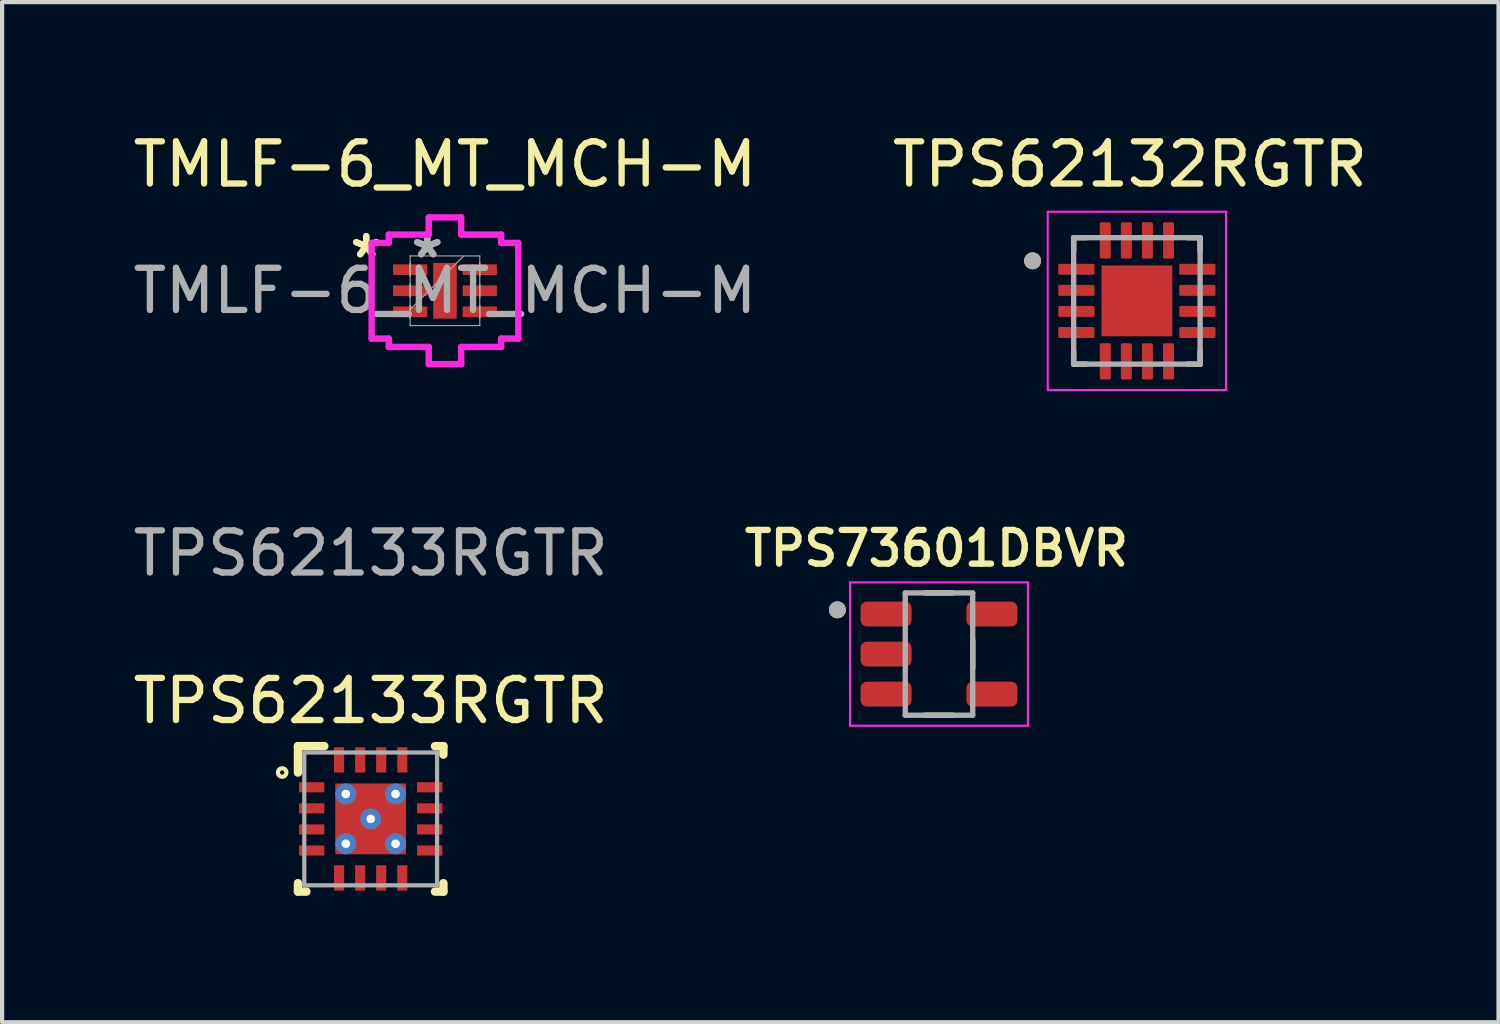
<source format=kicad_pcb>
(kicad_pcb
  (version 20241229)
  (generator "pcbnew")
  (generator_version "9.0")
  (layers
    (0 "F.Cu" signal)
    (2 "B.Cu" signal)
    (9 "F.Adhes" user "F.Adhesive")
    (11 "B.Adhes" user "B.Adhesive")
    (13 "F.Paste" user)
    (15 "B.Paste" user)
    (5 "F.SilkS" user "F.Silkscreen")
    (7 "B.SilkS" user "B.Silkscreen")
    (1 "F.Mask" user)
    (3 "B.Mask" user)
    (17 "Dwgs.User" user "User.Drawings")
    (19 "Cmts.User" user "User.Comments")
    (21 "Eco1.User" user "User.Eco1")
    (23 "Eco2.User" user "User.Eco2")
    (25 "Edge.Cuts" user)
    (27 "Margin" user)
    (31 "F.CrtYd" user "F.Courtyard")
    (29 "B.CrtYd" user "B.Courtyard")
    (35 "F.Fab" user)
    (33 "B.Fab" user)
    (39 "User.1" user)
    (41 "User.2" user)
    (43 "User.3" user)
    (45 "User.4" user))
  (footprint "TPS62132RGTR"
    (layer "F.Cu")
    (at 23.921 4.088)
    (property "Reference" "TPS62132RGTR" (at -0.165 -3.24 0) (layer "F.SilkS") (effects (font (size 1 1) (thickness 0.15))))
    (attr smd)
    (fp_line (start -1.5 -1.5) (end -1.5 -1.2) (stroke (width 0.127) (type solid)) (layer "F.SilkS"))
    (fp_line (start -1.5 -1.5) (end -1.2 -1.5) (stroke (width 0.127) (type solid)) (layer "F.SilkS"))
    (fp_line (start -1.5 1.5) (end -1.5 1.2) (stroke (width 0.127) (type solid)) (layer "F.SilkS"))
    (fp_line (start -1.5 1.5) (end -1.2 1.5) (stroke (width 0.127) (type solid)) (layer "F.SilkS"))
    (fp_line (start 1.5 -1.5) (end 1.2 -1.5) (stroke (width 0.127) (type solid)) (layer "F.SilkS"))
    (fp_line (start 1.5 -1.5) (end 1.5 -1.2) (stroke (width 0.127) (type solid)) (layer "F.SilkS"))
    (fp_line (start 1.5 1.5) (end 1.2 1.5) (stroke (width 0.127) (type solid)) (layer "F.SilkS"))
    (fp_line (start 1.5 1.5) (end 1.5 1.2) (stroke (width 0.127) (type solid)) (layer "F.SilkS"))
    (fp_circle (center -2.475 -0.95) (end -2.375 -0.95) (stroke (width 0.2) (type solid)) (fill no) (layer "F.SilkS"))
    (fp_poly (pts (xy -0.53 -0.53) (xy 0.53 -0.53) (xy 0.53 0.53) (xy -0.53 0.53)) (stroke (width 0.01) (type solid)) (fill yes) (layer "F.Paste"))
    (fp_line (start -2.115 -2.115) (end 2.115 -2.115) (stroke (width 0.05) (type solid)) (layer "F.CrtYd"))
    (fp_line (start -2.115 2.115) (end -2.115 -2.115) (stroke (width 0.05) (type solid)) (layer "F.CrtYd"))
    (fp_line (start -2.115 2.115) (end 2.115 2.115) (stroke (width 0.05) (type solid)) (layer "F.CrtYd"))
    (fp_line (start 2.115 2.115) (end 2.115 -2.115) (stroke (width 0.05) (type solid)) (layer "F.CrtYd"))
    (fp_line (start -1.5 1.5) (end -1.5 -1.5) (stroke (width 0.127) (type solid)) (layer "F.Fab"))
    (fp_line (start 1.5 -1.5) (end -1.5 -1.5) (stroke (width 0.127) (type solid)) (layer "F.Fab"))
    (fp_line (start 1.5 1.5) (end -1.5 1.5) (stroke (width 0.127) (type solid)) (layer "F.Fab"))
    (fp_line (start 1.5 1.5) (end 1.5 -1.5) (stroke (width 0.127) (type solid)) (layer "F.Fab"))
    (fp_circle (center -2.475 -0.95) (end -2.375 -0.95) (stroke (width 0.2) (type solid)) (fill no) (layer "F.Fab"))
    (pad "1" smd roundrect (at -1.435 -0.75) (size 0.86 0.26) (layers "F.Cu" "F.Mask" "F.Paste") (roundrect_rratio 0.125))
    (pad "2" smd roundrect (at -1.435 -0.25) (size 0.86 0.26) (layers "F.Cu" "F.Mask" "F.Paste") (roundrect_rratio 0.125))
    (pad "3" smd roundrect (at -1.435 0.25) (size 0.86 0.26) (layers "F.Cu" "F.Mask" "F.Paste") (roundrect_rratio 0.125))
    (pad "4" smd roundrect (at -1.435 0.75) (size 0.86 0.26) (layers "F.Cu" "F.Mask" "F.Paste") (roundrect_rratio 0.125))
    (pad "5" smd roundrect (at -0.75 1.435) (size 0.26 0.86) (layers "F.Cu" "F.Mask" "F.Paste") (roundrect_rratio 0.125))
    (pad "6" smd roundrect (at -0.25 1.435) (size 0.26 0.86) (layers "F.Cu" "F.Mask" "F.Paste") (roundrect_rratio 0.125))
    (pad "7" smd roundrect (at 0.25 1.435) (size 0.26 0.86) (layers "F.Cu" "F.Mask" "F.Paste") (roundrect_rratio 0.125))
    (pad "8" smd roundrect (at 0.75 1.435) (size 0.26 0.86) (layers "F.Cu" "F.Mask" "F.Paste") (roundrect_rratio 0.125))
    (pad "9" smd roundrect (at 1.435 0.75) (size 0.86 0.26) (layers "F.Cu" "F.Mask" "F.Paste") (roundrect_rratio 0.125))
    (pad "10" smd roundrect (at 1.435 0.25) (size 0.86 0.26) (layers "F.Cu" "F.Mask" "F.Paste") (roundrect_rratio 0.125))
    (pad "11" smd roundrect (at 1.435 -0.25) (size 0.86 0.26) (layers "F.Cu" "F.Mask" "F.Paste") (roundrect_rratio 0.125))
    (pad "12" smd roundrect (at 1.435 -0.75) (size 0.86 0.26) (layers "F.Cu" "F.Mask" "F.Paste") (roundrect_rratio 0.125))
    (pad "13" smd roundrect (at 0.75 -1.435) (size 0.26 0.86) (layers "F.Cu" "F.Mask" "F.Paste") (roundrect_rratio 0.125))
    (pad "14" smd roundrect (at 0.25 -1.435) (size 0.26 0.86) (layers "F.Cu" "F.Mask" "F.Paste") (roundrect_rratio 0.125))
    (pad "15" smd roundrect (at -0.25 -1.435) (size 0.26 0.86) (layers "F.Cu" "F.Mask" "F.Paste") (roundrect_rratio 0.125))
    (pad "16" smd roundrect (at -0.75 -1.435) (size 0.26 0.86) (layers "F.Cu" "F.Mask" "F.Paste") (roundrect_rratio 0.125))
    (pad "17" smd rect (at 0 0) (size 1.68 1.68) (layers "F.Cu" "F.Mask")))
  (footprint "TMLF-6_MT_MCH-M"
    (layer "F.Cu")
    (at 7.506 3.848)
    (property "Reference" "TMLF-6_MT_MCH-M" (at 0 -3 0) (unlocked yes) (layer "F.SilkS") (effects (font (size 1 1) (thickness 0.15))))
    (attr smd)
    (fp_line (start -1.74 -1.135) (end -1.333 -1.135) (stroke (width 0.152) (type solid)) (layer "F.CrtYd"))
    (fp_line (start -1.74 1.135) (end -1.74 -1.135) (stroke (width 0.152) (type solid)) (layer "F.CrtYd"))
    (fp_line (start -1.333 -1.333) (end -0.385 -1.333) (stroke (width 0.152) (type solid)) (layer "F.CrtYd"))
    (fp_line (start -1.333 -1.135) (end -1.333 -1.333) (stroke (width 0.152) (type solid)) (layer "F.CrtYd"))
    (fp_line (start -1.333 1.135) (end -1.74 1.135) (stroke (width 0.152) (type solid)) (layer "F.CrtYd"))
    (fp_line (start -1.333 1.333) (end -1.333 1.135) (stroke (width 0.152) (type solid)) (layer "F.CrtYd"))
    (fp_line (start -0.385 -1.74) (end 0.385 -1.74) (stroke (width 0.152) (type solid)) (layer "F.CrtYd"))
    (fp_line (start -0.385 -1.333) (end -0.385 -1.74) (stroke (width 0.152) (type solid)) (layer "F.CrtYd"))
    (fp_line (start -0.385 1.333) (end -1.333 1.333) (stroke (width 0.152) (type solid)) (layer "F.CrtYd"))
    (fp_line (start -0.385 1.74) (end -0.385 1.333) (stroke (width 0.152) (type solid)) (layer "F.CrtYd"))
    (fp_line (start 0.385 -1.74) (end 0.385 -1.333) (stroke (width 0.152) (type solid)) (layer "F.CrtYd"))
    (fp_line (start 0.385 -1.333) (end 1.333 -1.333) (stroke (width 0.152) (type solid)) (layer "F.CrtYd"))
    (fp_line (start 0.385 1.333) (end 0.385 1.74) (stroke (width 0.152) (type solid)) (layer "F.CrtYd"))
    (fp_line (start 0.385 1.74) (end -0.385 1.74) (stroke (width 0.152) (type solid)) (layer "F.CrtYd"))
    (fp_line (start 1.333 -1.333) (end 1.333 -1.135) (stroke (width 0.152) (type solid)) (layer "F.CrtYd"))
    (fp_line (start 1.333 -1.135) (end 1.74 -1.135) (stroke (width 0.152) (type solid)) (layer "F.CrtYd"))
    (fp_line (start 1.333 1.135) (end 1.333 1.333) (stroke (width 0.152) (type solid)) (layer "F.CrtYd"))
    (fp_line (start 1.333 1.333) (end 0.385 1.333) (stroke (width 0.152) (type solid)) (layer "F.CrtYd"))
    (fp_line (start 1.74 -1.135) (end 1.74 1.135) (stroke (width 0.152) (type solid)) (layer "F.CrtYd"))
    (fp_line (start 1.74 1.135) (end 1.333 1.135) (stroke (width 0.152) (type solid)) (layer "F.CrtYd"))
    (fp_line (start -0.826 -0.826) (end -0.826 -0.826) (stroke (width 0.025) (type solid)) (layer "F.Fab"))
    (fp_line (start -0.826 -0.826) (end -0.826 0.826) (stroke (width 0.025) (type solid)) (layer "F.Fab"))
    (fp_line (start -0.826 -0.652) (end -0.826 -0.652) (stroke (width 0.025) (type solid)) (layer "F.Fab"))
    (fp_line (start -0.826 -0.652) (end -0.826 -0.348) (stroke (width 0.025) (type solid)) (layer "F.Fab"))
    (fp_line (start -0.826 -0.348) (end -0.826 -0.652) (stroke (width 0.025) (type solid)) (layer "F.Fab"))
    (fp_line (start -0.826 -0.348) (end -0.826 -0.348) (stroke (width 0.025) (type solid)) (layer "F.Fab"))
    (fp_line (start -0.826 -0.152) (end -0.826 -0.152) (stroke (width 0.025) (type solid)) (layer "F.Fab"))
    (fp_line (start -0.826 -0.152) (end -0.826 0.152) (stroke (width 0.025) (type solid)) (layer "F.Fab"))
    (fp_line (start -0.826 0.152) (end -0.826 -0.152) (stroke (width 0.025) (type solid)) (layer "F.Fab"))
    (fp_line (start -0.826 0.152) (end -0.826 0.152) (stroke (width 0.025) (type solid)) (layer "F.Fab"))
    (fp_line (start -0.826 0.348) (end -0.826 0.348) (stroke (width 0.025) (type solid)) (layer "F.Fab"))
    (fp_line (start -0.826 0.348) (end -0.826 0.652) (stroke (width 0.025) (type solid)) (layer "F.Fab"))
    (fp_line (start -0.826 0.445) (end 0.445 -0.826) (stroke (width 0.025) (type solid)) (layer "F.Fab"))
    (fp_line (start -0.826 0.652) (end -0.826 0.348) (stroke (width 0.025) (type solid)) (layer "F.Fab"))
    (fp_line (start -0.826 0.652) (end -0.826 0.652) (stroke (width 0.025) (type solid)) (layer "F.Fab"))
    (fp_line (start -0.826 0.826) (end -0.826 0.826) (stroke (width 0.025) (type solid)) (layer "F.Fab"))
    (fp_line (start -0.826 0.826) (end 0.826 0.826) (stroke (width 0.025) (type solid)) (layer "F.Fab"))
    (fp_line (start 0.826 -0.826) (end -0.826 -0.826) (stroke (width 0.025) (type solid)) (layer "F.Fab"))
    (fp_line (start 0.826 -0.826) (end 0.826 -0.826) (stroke (width 0.025) (type solid)) (layer "F.Fab"))
    (fp_line (start 0.826 -0.652) (end 0.826 -0.652) (stroke (width 0.025) (type solid)) (layer "F.Fab"))
    (fp_line (start 0.826 -0.652) (end 0.826 -0.348) (stroke (width 0.025) (type solid)) (layer "F.Fab"))
    (fp_line (start 0.826 -0.348) (end 0.826 -0.652) (stroke (width 0.025) (type solid)) (layer "F.Fab"))
    (fp_line (start 0.826 -0.348) (end 0.826 -0.348) (stroke (width 0.025) (type solid)) (layer "F.Fab"))
    (fp_line (start 0.826 -0.152) (end 0.826 -0.152) (stroke (width 0.025) (type solid)) (layer "F.Fab"))
    (fp_line (start 0.826 -0.152) (end 0.826 0.152) (stroke (width 0.025) (type solid)) (layer "F.Fab"))
    (fp_line (start 0.826 0.152) (end 0.826 -0.152) (stroke (width 0.025) (type solid)) (layer "F.Fab"))
    (fp_line (start 0.826 0.152) (end 0.826 0.152) (stroke (width 0.025) (type solid)) (layer "F.Fab"))
    (fp_line (start 0.826 0.348) (end 0.826 0.348) (stroke (width 0.025) (type solid)) (layer "F.Fab"))
    (fp_line (start 0.826 0.348) (end 0.826 0.652) (stroke (width 0.025) (type solid)) (layer "F.Fab"))
    (fp_line (start 0.826 0.652) (end 0.826 0.348) (stroke (width 0.025) (type solid)) (layer "F.Fab"))
    (fp_line (start 0.826 0.652) (end 0.826 0.652) (stroke (width 0.025) (type solid)) (layer "F.Fab"))
    (fp_line (start 0.826 0.826) (end 0.826 -0.826) (stroke (width 0.025) (type solid)) (layer "F.Fab"))
    (fp_line (start 0.826 0.826) (end 0.826 0.826) (stroke (width 0.025) (type solid)) (layer "F.Fab"))
    (fp_text user "*" (at -1.867 -0.75 0) (unlocked yes) (layer "F.SilkS") (effects (font (size 1 1) (thickness 0.15))))
    (fp_text user "*" (at -1.867 -0.75 0) (layer "F.SilkS") (effects (font (size 1 1) (thickness 0.15))))
    (fp_text user "*" (at -0.419 -0.75 0) (unlocked yes) (layer "F.Fab") (effects (font (size 1 1) (thickness 0.15))))
    (fp_text user "${REFERENCE}" (at 0 0 0) (unlocked yes) (layer "F.Fab") (effects (font (size 1 1) (thickness 0.15))))
    (fp_text user "*" (at -0.419 -0.75 0) (layer "F.Fab") (effects (font (size 1 1) (thickness 0.15))))
    (pad "1" smd rect (at -0.826 -0.5 90) (size 0.254 0.813) (layers "F.Cu" "F.Mask" "F.Paste"))
    (pad "2" smd rect (at -0.826 0 90) (size 0.254 0.813) (layers "F.Cu" "F.Mask" "F.Paste"))
    (pad "3" smd rect (at -0.826 0.5 90) (size 0.254 0.813) (layers "F.Cu" "F.Mask" "F.Paste"))
    (pad "4" smd rect (at 0.826 0.5 90) (size 0.254 0.813) (layers "F.Cu" "F.Mask" "F.Paste"))
    (pad "5" smd rect (at 0.826 0 90) (size 0.254 0.813) (layers "F.Cu" "F.Mask" "F.Paste"))
    (pad "6" smd rect (at 0.826 -0.5 90) (size 0.254 0.813) (layers "F.Cu" "F.Mask" "F.Paste"))
    (pad "7" smd rect (at 0 0) (size 0.559 1.321) (layers "F.Cu" "F.Mask" "F.Paste")))
  (footprint "TPS62133RGTR"
    (layer "F.Cu")
    (at 5.744 16.377)
    (property "Reference" "TPS62133RGTR" (at 0 -2.8 0) (unlocked yes) (layer "F.SilkS") (effects (font (size 1 1) (thickness 0.15))))
    (attr smd)
    (fp_line (start -1.725 -1.725) (end -1.1 -1.725) (stroke (width 0.2) (type solid)) (layer "F.SilkS"))
    (fp_line (start -1.725 -1.1) (end -1.725 -1.725) (stroke (width 0.2) (type solid)) (layer "F.SilkS"))
    (fp_line (start -1.725 1.725) (end -1.725 1.525) (stroke (width 0.2) (type solid)) (layer "F.SilkS"))
    (fp_line (start -1.725 1.725) (end -1.525 1.725) (stroke (width 0.2) (type solid)) (layer "F.SilkS"))
    (fp_line (start 1.525 -1.725) (end 1.725 -1.725) (stroke (width 0.2) (type solid)) (layer "F.SilkS"))
    (fp_line (start 1.525 1.725) (end 1.725 1.725) (stroke (width 0.2) (type solid)) (layer "F.SilkS"))
    (fp_line (start 1.725 -1.525) (end 1.725 -1.725) (stroke (width 0.2) (type solid)) (layer "F.SilkS"))
    (fp_line (start 1.725 1.725) (end 1.725 1.525) (stroke (width 0.2) (type solid)) (layer "F.SilkS"))
    (fp_circle (center -2.1 -1.1) (end -2 -1.1) (stroke (width 0.1) (type solid)) (fill no) (layer "F.SilkS"))
    (fp_poly (pts (xy -0.775 0.728) (xy -0.775 -0.729) (xy -0.774 -0.738) (xy -0.771 -0.746) (xy -0.767 -0.754) (xy -0.761 -0.761) (xy -0.754 -0.767) (xy -0.746 -0.771) (xy -0.738 -0.774) (xy -0.728 -0.775) (xy 0.729 -0.775) (xy 0.738 -0.774) (xy 0.746 -0.771) (xy 0.754 -0.767) (xy 0.761 -0.761) (xy 0.767 -0.754) (xy 0.771 -0.746) (xy 0.774 -0.738) (xy 0.775 -0.729) (xy 0.775 0.728) (xy 0.774 0.738) (xy 0.771 0.746) (xy 0.767 0.754) (xy 0.761 0.761) (xy 0.754 0.767) (xy 0.746 0.771) (xy 0.738 0.774) (xy 0.729 0.775) (xy -0.728 0.775) (xy -0.738 0.774) (xy -0.746 0.771) (xy -0.754 0.767) (xy -0.761 0.761) (xy -0.767 0.754) (xy -0.771 0.746) (xy -0.774 0.738)) (stroke (width 0) (type solid)) (fill yes) (layer "F.Paste"))
    (fp_line (start -1.575 -1.575) (end 1.575 -1.575) (stroke (width 0.1) (type solid)) (layer "F.Fab"))
    (fp_line (start -1.575 1.575) (end -1.575 -1.575) (stroke (width 0.1) (type solid)) (layer "F.Fab"))
    (fp_line (start -1.575 1.575) (end 1.575 1.575) (stroke (width 0.1) (type solid)) (layer "F.Fab"))
    (fp_line (start 1.575 1.575) (end 1.575 -1.575) (stroke (width 0.1) (type solid)) (layer "F.Fab"))
    (fp_text user "${REFERENCE}" (at 0 -6.3 0) (unlocked yes) (layer "F.Fab") (effects (font (size 1 1) (thickness 0.15))))
    (pad "1" smd rect (at -1.4 -0.75 90) (size 0.24 0.6) (layers "F.Cu" "F.Mask" "F.Paste"))
    (pad "2" smd rect (at -1.4 -0.25 90) (size 0.24 0.6) (layers "F.Cu" "F.Mask" "F.Paste"))
    (pad "3" smd rect (at -1.4 0.25 90) (size 0.24 0.6) (layers "F.Cu" "F.Mask" "F.Paste"))
    (pad "4" smd rect (at -1.4 0.75 90) (size 0.24 0.6) (layers "F.Cu" "F.Mask" "F.Paste"))
    (pad "5" smd rect (at -0.75 1.4) (size 0.24 0.6) (layers "F.Cu" "F.Mask" "F.Paste"))
    (pad "6" smd rect (at -0.25 1.4) (size 0.24 0.6) (layers "F.Cu" "F.Mask" "F.Paste"))
    (pad "7" smd rect (at 0.25 1.4) (size 0.24 0.6) (layers "F.Cu" "F.Mask" "F.Paste"))
    (pad "8" smd rect (at 0.75 1.4) (size 0.24 0.6) (layers "F.Cu" "F.Mask" "F.Paste"))
    (pad "9" smd rect (at 1.4 0.75 90) (size 0.24 0.6) (layers "F.Cu" "F.Mask" "F.Paste"))
    (pad "10" smd rect (at 1.4 0.25 90) (size 0.24 0.6) (layers "F.Cu" "F.Mask" "F.Paste"))
    (pad "11" smd rect (at 1.4 -0.25 90) (size 0.24 0.6) (layers "F.Cu" "F.Mask" "F.Paste"))
    (pad "12" smd rect (at 1.4 -0.75 90) (size 0.24 0.6) (layers "F.Cu" "F.Mask" "F.Paste"))
    (pad "13" smd rect (at 0.75 -1.4) (size 0.24 0.6) (layers "F.Cu" "F.Mask" "F.Paste"))
    (pad "14" smd rect (at 0.25 -1.4) (size 0.24 0.6) (layers "F.Cu" "F.Mask" "F.Paste"))
    (pad "15" smd rect (at -0.25 -1.4) (size 0.24 0.6) (layers "F.Cu" "F.Mask" "F.Paste"))
    (pad "16" smd rect (at -0.75 -1.4) (size 0.24 0.6) (layers "F.Cu" "F.Mask" "F.Paste"))
    (pad "17" smd rect (at 0.000005 -0.000003) (size 1.68 1.68) (layers "F.Cu" "F.Mask"))
    (pad "18" thru_hole circle (at 0.59 -0.59) (size 0.5 0.5) (drill 0.203) (layers "*.Cu" "*.Mask"))
    (pad "19" thru_hole circle (at 0.59 0.59) (size 0.5 0.5) (drill 0.203) (layers "*.Cu" "*.Mask"))
    (pad "20" thru_hole circle (at -0.59 0.59) (size 0.5 0.5) (drill 0.203) (layers "*.Cu" "*.Mask"))
    (pad "21" thru_hole circle (at -0.59 -0.59) (size 0.5 0.5) (drill 0.203) (layers "*.Cu" "*.Mask"))
    (pad "22" thru_hole circle (at 0.000003 -0.000003) (size 0.5 0.5) (drill 0.203) (layers "*.Cu" "*.Mask")))
  (footprint "TPS73601DBVR"
    (layer "F.Cu")
    (at 19.226 12.467)
    (property "Reference" "TPS73601DBVR" (at -0.06 -2.508 0) (layer "F.SilkS") (effects (font (size 0.8 0.8) (thickness 0.15))))
    (attr smd)
    (fp_line (start -0.33 -1.45) (end 0.33 -1.45) (stroke (width 0.127) (type solid)) (layer "F.SilkS"))
    (fp_line (start 0.33 1.45) (end -0.33 1.45) (stroke (width 0.127) (type solid)) (layer "F.SilkS"))
    (fp_line (start 0.8 -0.335) (end 0.8 0.335) (stroke (width 0.127) (type solid)) (layer "F.SilkS"))
    (fp_circle (center -2.41 -1.05) (end -2.31 -1.05) (stroke (width 0.2) (type solid)) (fill no) (layer "F.SilkS"))
    (fp_line (start -2.11 -1.7) (end 2.11 -1.7) (stroke (width 0.05) (type solid)) (layer "F.CrtYd"))
    (fp_line (start -2.11 1.7) (end -2.11 -1.7) (stroke (width 0.05) (type solid)) (layer "F.CrtYd"))
    (fp_line (start 2.11 -1.7) (end 2.11 1.7) (stroke (width 0.05) (type solid)) (layer "F.CrtYd"))
    (fp_line (start 2.11 1.7) (end -2.11 1.7) (stroke (width 0.05) (type solid)) (layer "F.CrtYd"))
    (fp_line (start -0.8 -1.45) (end 0.8 -1.45) (stroke (width 0.127) (type solid)) (layer "F.Fab"))
    (fp_line (start -0.8 1.45) (end -0.8 -1.45) (stroke (width 0.127) (type solid)) (layer "F.Fab"))
    (fp_line (start 0.8 -1.45) (end 0.8 1.45) (stroke (width 0.127) (type solid)) (layer "F.Fab"))
    (fp_line (start 0.8 1.45) (end -0.8 1.45) (stroke (width 0.127) (type solid)) (layer "F.Fab"))
    (fp_circle (center -2.41 -1.05) (end -2.31 -1.05) (stroke (width 0.2) (type solid)) (fill no) (layer "F.Fab"))
    (pad "1" smd roundrect (at -1.255 -0.95) (size 1.21 0.59) (layers "F.Cu" "F.Mask" "F.Paste") (roundrect_rratio 0.25))
    (pad "2" smd roundrect (at -1.255 0) (size 1.21 0.59) (layers "F.Cu" "F.Mask" "F.Paste") (roundrect_rratio 0.25))
    (pad "3" smd roundrect (at -1.255 0.95) (size 1.21 0.59) (layers "F.Cu" "F.Mask" "F.Paste") (roundrect_rratio 0.25))
    (pad "4" smd roundrect (at 1.255 0.95) (size 1.21 0.59) (layers "F.Cu" "F.Mask" "F.Paste") (roundrect_rratio 0.25))
    (pad "5" smd roundrect (at 1.255 -0.95) (size 1.21 0.59) (layers "F.Cu" "F.Mask" "F.Paste") (roundrect_rratio 0.25)))
  (gr_rect
    (start -3 -3)
    (end 32.5 21.201)
    (stroke (width 0.1) (type default))
    (fill no)
    (layer "Edge.Cuts")))
</source>
